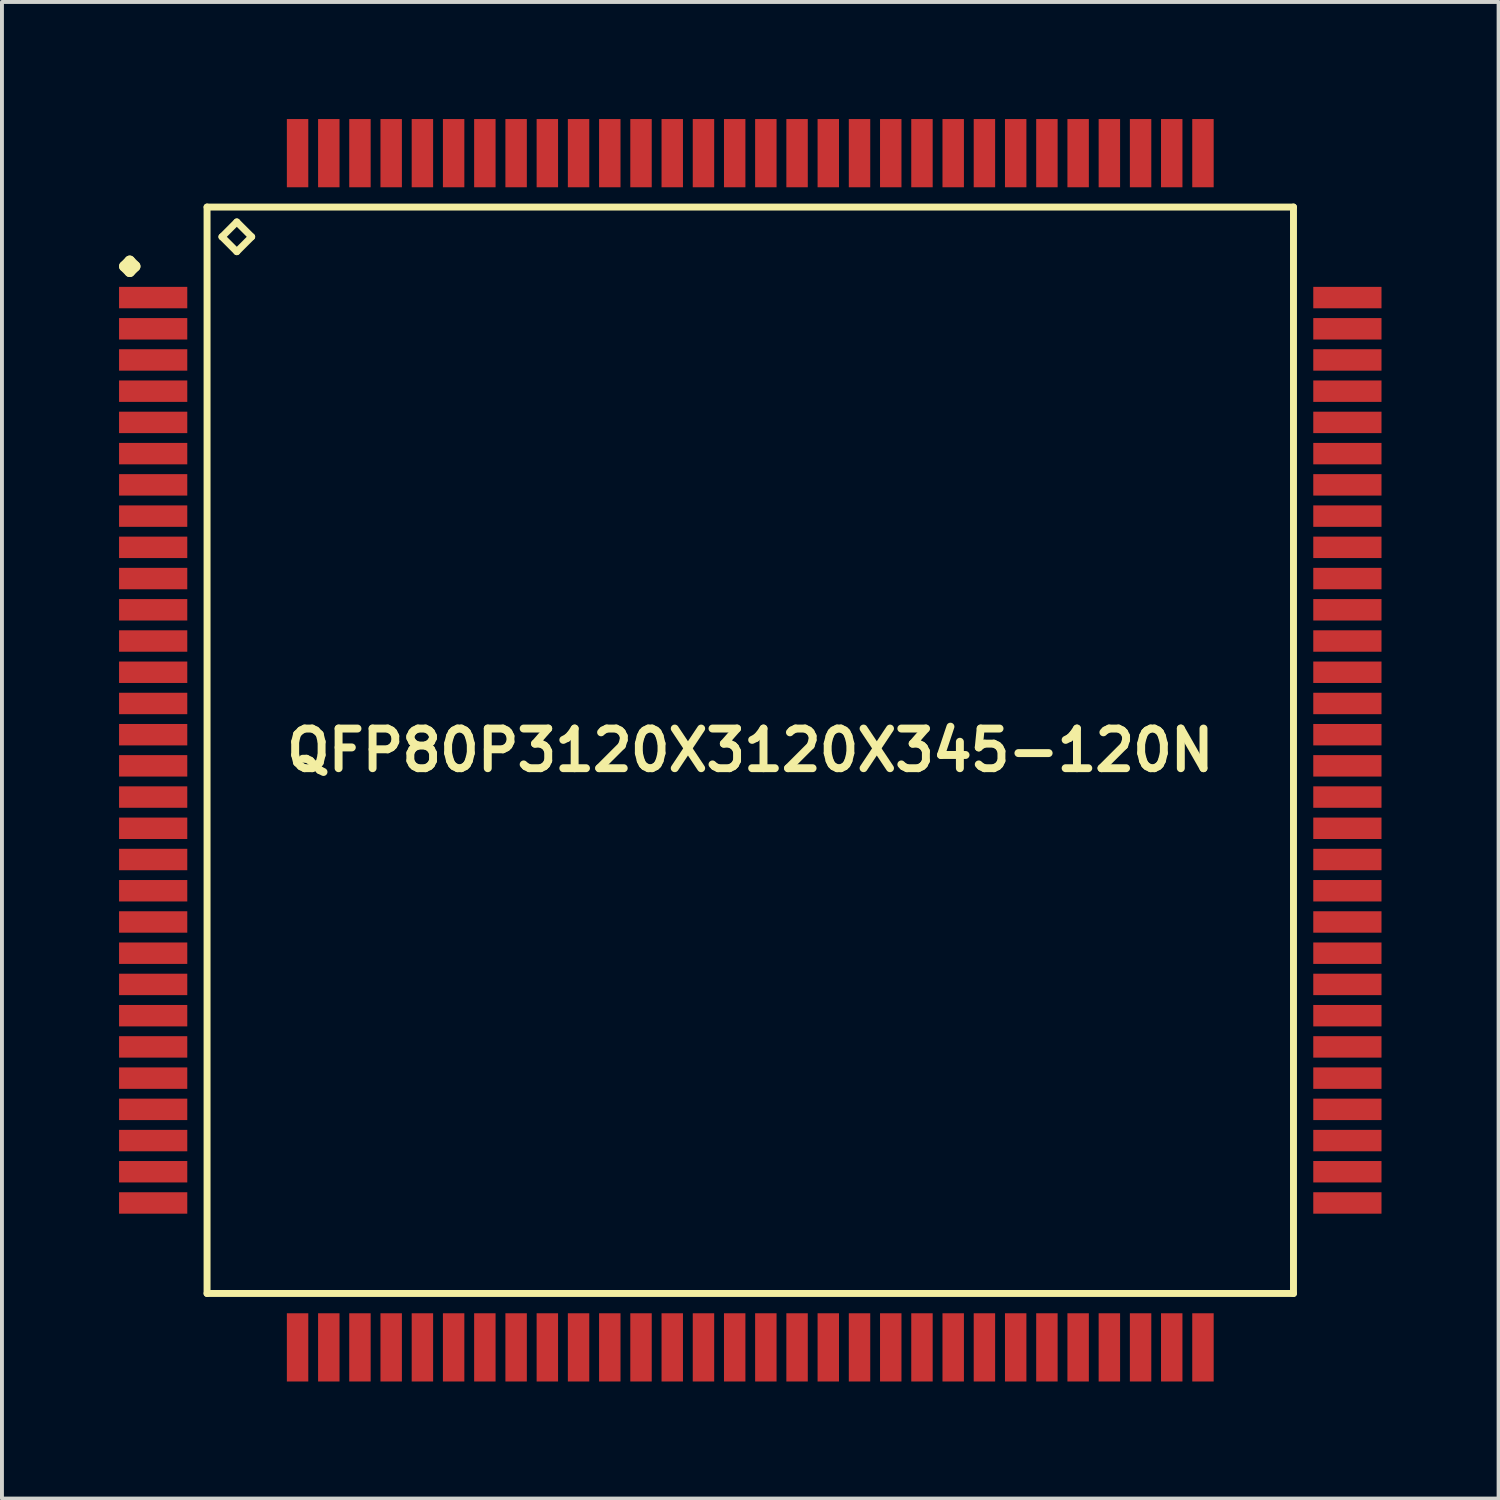
<source format=kicad_pcb>
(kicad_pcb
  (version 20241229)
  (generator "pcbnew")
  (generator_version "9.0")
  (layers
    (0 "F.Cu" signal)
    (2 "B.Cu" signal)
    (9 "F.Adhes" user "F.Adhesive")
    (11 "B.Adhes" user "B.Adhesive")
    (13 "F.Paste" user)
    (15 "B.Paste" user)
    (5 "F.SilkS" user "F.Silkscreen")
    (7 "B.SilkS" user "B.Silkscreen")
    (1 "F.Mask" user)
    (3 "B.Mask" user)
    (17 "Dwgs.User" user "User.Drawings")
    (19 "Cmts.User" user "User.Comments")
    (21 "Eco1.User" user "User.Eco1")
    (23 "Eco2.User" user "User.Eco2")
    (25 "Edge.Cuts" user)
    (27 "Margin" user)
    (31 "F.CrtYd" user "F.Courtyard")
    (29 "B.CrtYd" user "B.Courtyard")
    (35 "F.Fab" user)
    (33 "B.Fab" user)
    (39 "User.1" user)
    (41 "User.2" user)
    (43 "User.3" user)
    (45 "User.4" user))
  (footprint "QFP80P3120X3120X345-120N"
    (layer "F.Cu")
    (at 16.172 16.172)
    (property "Reference" "QFP80P3120X3120X345-120N" (at 0 0 0) (layer "F.SilkS") (effects (font (size 1.016 1.016) (thickness 0.203))))
    (attr smd)
    (fp_line (start -16.035 -12.398) (end -15.898 -12.537) (stroke (width 0.274) (type solid)) (layer "F.SilkS"))
    (fp_line (start -15.898 -12.537) (end -15.761 -12.398) (stroke (width 0.274) (type solid)) (layer "F.SilkS"))
    (fp_line (start -15.898 -12.261) (end -16.035 -12.398) (stroke (width 0.274) (type solid)) (layer "F.SilkS"))
    (fp_line (start -15.761 -12.398) (end -15.898 -12.261) (stroke (width 0.274) (type solid)) (layer "F.SilkS"))
    (fp_line (start -13.917 -13.917) (end -13.917 13.917) (stroke (width 0.178) (type solid)) (layer "F.SilkS"))
    (fp_line (start -13.917 13.917) (end 13.917 13.917) (stroke (width 0.178) (type solid)) (layer "F.SilkS"))
    (fp_line (start -13.536 -13.155) (end -13.155 -13.536) (stroke (width 0.178) (type solid)) (layer "F.SilkS"))
    (fp_line (start -13.155 -13.536) (end -12.774 -13.155) (stroke (width 0.178) (type solid)) (layer "F.SilkS"))
    (fp_line (start -13.155 -12.774) (end -13.536 -13.155) (stroke (width 0.178) (type solid)) (layer "F.SilkS"))
    (fp_line (start -12.774 -13.155) (end -13.155 -12.774) (stroke (width 0.178) (type solid)) (layer "F.SilkS"))
    (fp_line (start 13.917 -13.917) (end -13.917 -13.917) (stroke (width 0.178) (type solid)) (layer "F.SilkS"))
    (fp_line (start 13.917 13.917) (end 13.917 -13.917) (stroke (width 0.178) (type solid)) (layer "F.SilkS"))
    (pad "1" smd rect (at -15.298 -11.598) (size 1.748 0.549) (layers "F.Cu" "F.Mask" "F.Paste"))
    (pad "2" smd rect (at -15.298 -10.798) (size 1.748 0.549) (layers "F.Cu" "F.Mask" "F.Paste"))
    (pad "3" smd rect (at -15.298 -10) (size 1.748 0.549) (layers "F.Cu" "F.Mask" "F.Paste"))
    (pad "4" smd rect (at -15.298 -9.2) (size 1.748 0.549) (layers "F.Cu" "F.Mask" "F.Paste"))
    (pad "5" smd rect (at -15.298 -8.4) (size 1.748 0.549) (layers "F.Cu" "F.Mask" "F.Paste"))
    (pad "6" smd rect (at -15.298 -7.6) (size 1.748 0.549) (layers "F.Cu" "F.Mask" "F.Paste"))
    (pad "7" smd rect (at -15.298 -6.8) (size 1.748 0.549) (layers "F.Cu" "F.Mask" "F.Paste"))
    (pad "8" smd rect (at -15.298 -5.999) (size 1.748 0.549) (layers "F.Cu" "F.Mask" "F.Paste"))
    (pad "9" smd rect (at -15.298 -5.199) (size 1.748 0.549) (layers "F.Cu" "F.Mask" "F.Paste"))
    (pad "10" smd rect (at -15.298 -4.399) (size 1.748 0.549) (layers "F.Cu" "F.Mask" "F.Paste"))
    (pad "11" smd rect (at -15.298 -3.599) (size 1.748 0.549) (layers "F.Cu" "F.Mask" "F.Paste"))
    (pad "12" smd rect (at -15.298 -2.799) (size 1.748 0.549) (layers "F.Cu" "F.Mask" "F.Paste"))
    (pad "13" smd rect (at -15.298 -1.999) (size 1.748 0.549) (layers "F.Cu" "F.Mask" "F.Paste"))
    (pad "14" smd rect (at -15.298 -1.199) (size 1.748 0.549) (layers "F.Cu" "F.Mask" "F.Paste"))
    (pad "15" smd rect (at -15.298 -0.399) (size 1.748 0.549) (layers "F.Cu" "F.Mask" "F.Paste"))
    (pad "16" smd rect (at -15.298 0.399) (size 1.748 0.549) (layers "F.Cu" "F.Mask" "F.Paste"))
    (pad "17" smd rect (at -15.298 1.199) (size 1.748 0.549) (layers "F.Cu" "F.Mask" "F.Paste"))
    (pad "18" smd rect (at -15.298 1.999) (size 1.748 0.549) (layers "F.Cu" "F.Mask" "F.Paste"))
    (pad "19" smd rect (at -15.298 2.799) (size 1.748 0.549) (layers "F.Cu" "F.Mask" "F.Paste"))
    (pad "20" smd rect (at -15.298 3.599) (size 1.748 0.549) (layers "F.Cu" "F.Mask" "F.Paste"))
    (pad "21" smd rect (at -15.298 4.399) (size 1.748 0.549) (layers "F.Cu" "F.Mask" "F.Paste"))
    (pad "22" smd rect (at -15.298 5.199) (size 1.748 0.549) (layers "F.Cu" "F.Mask" "F.Paste"))
    (pad "23" smd rect (at -15.298 5.999) (size 1.748 0.549) (layers "F.Cu" "F.Mask" "F.Paste"))
    (pad "24" smd rect (at -15.298 6.8) (size 1.748 0.549) (layers "F.Cu" "F.Mask" "F.Paste"))
    (pad "25" smd rect (at -15.298 7.6) (size 1.748 0.549) (layers "F.Cu" "F.Mask" "F.Paste"))
    (pad "26" smd rect (at -15.298 8.4) (size 1.748 0.549) (layers "F.Cu" "F.Mask" "F.Paste"))
    (pad "27" smd rect (at -15.298 9.2) (size 1.748 0.549) (layers "F.Cu" "F.Mask" "F.Paste"))
    (pad "28" smd rect (at -15.298 10) (size 1.748 0.549) (layers "F.Cu" "F.Mask" "F.Paste"))
    (pad "29" smd rect (at -15.298 10.798) (size 1.748 0.549) (layers "F.Cu" "F.Mask" "F.Paste"))
    (pad "30" smd rect (at -15.298 11.598) (size 1.748 0.549) (layers "F.Cu" "F.Mask" "F.Paste"))
    (pad "31" smd rect (at -11.598 15.298) (size 0.549 1.748) (layers "F.Cu" "F.Mask" "F.Paste"))
    (pad "32" smd rect (at -10.798 15.298) (size 0.549 1.748) (layers "F.Cu" "F.Mask" "F.Paste"))
    (pad "33" smd rect (at -10 15.298) (size 0.549 1.748) (layers "F.Cu" "F.Mask" "F.Paste"))
    (pad "34" smd rect (at -9.2 15.298) (size 0.549 1.748) (layers "F.Cu" "F.Mask" "F.Paste"))
    (pad "35" smd rect (at -8.4 15.298) (size 0.549 1.748) (layers "F.Cu" "F.Mask" "F.Paste"))
    (pad "36" smd rect (at -7.6 15.298) (size 0.549 1.748) (layers "F.Cu" "F.Mask" "F.Paste"))
    (pad "37" smd rect (at -6.8 15.298) (size 0.549 1.748) (layers "F.Cu" "F.Mask" "F.Paste"))
    (pad "38" smd rect (at -5.999 15.298) (size 0.549 1.748) (layers "F.Cu" "F.Mask" "F.Paste"))
    (pad "39" smd rect (at -5.199 15.298) (size 0.549 1.748) (layers "F.Cu" "F.Mask" "F.Paste"))
    (pad "40" smd rect (at -4.399 15.298) (size 0.549 1.748) (layers "F.Cu" "F.Mask" "F.Paste"))
    (pad "41" smd rect (at -3.599 15.298) (size 0.549 1.748) (layers "F.Cu" "F.Mask" "F.Paste"))
    (pad "42" smd rect (at -2.799 15.298) (size 0.549 1.748) (layers "F.Cu" "F.Mask" "F.Paste"))
    (pad "43" smd rect (at -1.999 15.298) (size 0.549 1.748) (layers "F.Cu" "F.Mask" "F.Paste"))
    (pad "44" smd rect (at -1.199 15.298) (size 0.549 1.748) (layers "F.Cu" "F.Mask" "F.Paste"))
    (pad "45" smd rect (at -0.399 15.298) (size 0.549 1.748) (layers "F.Cu" "F.Mask" "F.Paste"))
    (pad "46" smd rect (at 0.399 15.298) (size 0.549 1.748) (layers "F.Cu" "F.Mask" "F.Paste"))
    (pad "47" smd rect (at 1.199 15.298) (size 0.549 1.748) (layers "F.Cu" "F.Mask" "F.Paste"))
    (pad "48" smd rect (at 1.999 15.298) (size 0.549 1.748) (layers "F.Cu" "F.Mask" "F.Paste"))
    (pad "49" smd rect (at 2.799 15.298) (size 0.549 1.748) (layers "F.Cu" "F.Mask" "F.Paste"))
    (pad "50" smd rect (at 3.599 15.298) (size 0.549 1.748) (layers "F.Cu" "F.Mask" "F.Paste"))
    (pad "51" smd rect (at 4.399 15.298) (size 0.549 1.748) (layers "F.Cu" "F.Mask" "F.Paste"))
    (pad "52" smd rect (at 5.199 15.298) (size 0.549 1.748) (layers "F.Cu" "F.Mask" "F.Paste"))
    (pad "53" smd rect (at 5.999 15.298) (size 0.549 1.748) (layers "F.Cu" "F.Mask" "F.Paste"))
    (pad "54" smd rect (at 6.8 15.298) (size 0.549 1.748) (layers "F.Cu" "F.Mask" "F.Paste"))
    (pad "55" smd rect (at 7.6 15.298) (size 0.549 1.748) (layers "F.Cu" "F.Mask" "F.Paste"))
    (pad "56" smd rect (at 8.4 15.298) (size 0.549 1.748) (layers "F.Cu" "F.Mask" "F.Paste"))
    (pad "57" smd rect (at 9.2 15.298) (size 0.549 1.748) (layers "F.Cu" "F.Mask" "F.Paste"))
    (pad "58" smd rect (at 10 15.298) (size 0.549 1.748) (layers "F.Cu" "F.Mask" "F.Paste"))
    (pad "59" smd rect (at 10.798 15.298) (size 0.549 1.748) (layers "F.Cu" "F.Mask" "F.Paste"))
    (pad "60" smd rect (at 11.598 15.298) (size 0.549 1.748) (layers "F.Cu" "F.Mask" "F.Paste"))
    (pad "61" smd rect (at 15.298 11.598) (size 1.748 0.549) (layers "F.Cu" "F.Mask" "F.Paste"))
    (pad "62" smd rect (at 15.298 10.798) (size 1.748 0.549) (layers "F.Cu" "F.Mask" "F.Paste"))
    (pad "63" smd rect (at 15.298 10) (size 1.748 0.549) (layers "F.Cu" "F.Mask" "F.Paste"))
    (pad "64" smd rect (at 15.298 9.2) (size 1.748 0.549) (layers "F.Cu" "F.Mask" "F.Paste"))
    (pad "65" smd rect (at 15.298 8.4) (size 1.748 0.549) (layers "F.Cu" "F.Mask" "F.Paste"))
    (pad "66" smd rect (at 15.298 7.6) (size 1.748 0.549) (layers "F.Cu" "F.Mask" "F.Paste"))
    (pad "67" smd rect (at 15.298 6.8) (size 1.748 0.549) (layers "F.Cu" "F.Mask" "F.Paste"))
    (pad "68" smd rect (at 15.298 5.999) (size 1.748 0.549) (layers "F.Cu" "F.Mask" "F.Paste"))
    (pad "69" smd rect (at 15.298 5.199) (size 1.748 0.549) (layers "F.Cu" "F.Mask" "F.Paste"))
    (pad "70" smd rect (at 15.298 4.399) (size 1.748 0.549) (layers "F.Cu" "F.Mask" "F.Paste"))
    (pad "71" smd rect (at 15.298 3.599) (size 1.748 0.549) (layers "F.Cu" "F.Mask" "F.Paste"))
    (pad "72" smd rect (at 15.298 2.799) (size 1.748 0.549) (layers "F.Cu" "F.Mask" "F.Paste"))
    (pad "73" smd rect (at 15.298 1.999) (size 1.748 0.549) (layers "F.Cu" "F.Mask" "F.Paste"))
    (pad "74" smd rect (at 15.298 1.199) (size 1.748 0.549) (layers "F.Cu" "F.Mask" "F.Paste"))
    (pad "75" smd rect (at 15.298 0.399) (size 1.748 0.549) (layers "F.Cu" "F.Mask" "F.Paste"))
    (pad "76" smd rect (at 15.298 -0.399) (size 1.748 0.549) (layers "F.Cu" "F.Mask" "F.Paste"))
    (pad "77" smd rect (at 15.298 -1.199) (size 1.748 0.549) (layers "F.Cu" "F.Mask" "F.Paste"))
    (pad "78" smd rect (at 15.298 -1.999) (size 1.748 0.549) (layers "F.Cu" "F.Mask" "F.Paste"))
    (pad "79" smd rect (at 15.298 -2.799) (size 1.748 0.549) (layers "F.Cu" "F.Mask" "F.Paste"))
    (pad "80" smd rect (at 15.298 -3.599) (size 1.748 0.549) (layers "F.Cu" "F.Mask" "F.Paste"))
    (pad "81" smd rect (at 15.298 -4.399) (size 1.748 0.549) (layers "F.Cu" "F.Mask" "F.Paste"))
    (pad "82" smd rect (at 15.298 -5.199) (size 1.748 0.549) (layers "F.Cu" "F.Mask" "F.Paste"))
    (pad "83" smd rect (at 15.298 -5.999) (size 1.748 0.549) (layers "F.Cu" "F.Mask" "F.Paste"))
    (pad "84" smd rect (at 15.298 -6.8) (size 1.748 0.549) (layers "F.Cu" "F.Mask" "F.Paste"))
    (pad "85" smd rect (at 15.298 -7.6) (size 1.748 0.549) (layers "F.Cu" "F.Mask" "F.Paste"))
    (pad "86" smd rect (at 15.298 -8.4) (size 1.748 0.549) (layers "F.Cu" "F.Mask" "F.Paste"))
    (pad "87" smd rect (at 15.298 -9.2) (size 1.748 0.549) (layers "F.Cu" "F.Mask" "F.Paste"))
    (pad "88" smd rect (at 15.298 -10) (size 1.748 0.549) (layers "F.Cu" "F.Mask" "F.Paste"))
    (pad "89" smd rect (at 15.298 -10.798) (size 1.748 0.549) (layers "F.Cu" "F.Mask" "F.Paste"))
    (pad "90" smd rect (at 15.298 -11.598) (size 1.748 0.549) (layers "F.Cu" "F.Mask" "F.Paste"))
    (pad "91" smd rect (at 11.598 -15.298) (size 0.549 1.748) (layers "F.Cu" "F.Mask" "F.Paste"))
    (pad "92" smd rect (at 10.798 -15.298) (size 0.549 1.748) (layers "F.Cu" "F.Mask" "F.Paste"))
    (pad "93" smd rect (at 10 -15.298) (size 0.549 1.748) (layers "F.Cu" "F.Mask" "F.Paste"))
    (pad "94" smd rect (at 9.2 -15.298) (size 0.549 1.748) (layers "F.Cu" "F.Mask" "F.Paste"))
    (pad "95" smd rect (at 8.4 -15.298) (size 0.549 1.748) (layers "F.Cu" "F.Mask" "F.Paste"))
    (pad "96" smd rect (at 7.6 -15.298) (size 0.549 1.748) (layers "F.Cu" "F.Mask" "F.Paste"))
    (pad "97" smd rect (at 6.8 -15.298) (size 0.549 1.748) (layers "F.Cu" "F.Mask" "F.Paste"))
    (pad "98" smd rect (at 5.999 -15.298) (size 0.549 1.748) (layers "F.Cu" "F.Mask" "F.Paste"))
    (pad "99" smd rect (at 5.199 -15.298) (size 0.549 1.748) (layers "F.Cu" "F.Mask" "F.Paste"))
    (pad "100" smd rect (at 4.399 -15.298) (size 0.549 1.748) (layers "F.Cu" "F.Mask" "F.Paste"))
    (pad "101" smd rect (at 3.599 -15.298) (size 0.549 1.748) (layers "F.Cu" "F.Mask" "F.Paste"))
    (pad "102" smd rect (at 2.799 -15.298) (size 0.549 1.748) (layers "F.Cu" "F.Mask" "F.Paste"))
    (pad "103" smd rect (at 1.999 -15.298) (size 0.549 1.748) (layers "F.Cu" "F.Mask" "F.Paste"))
    (pad "104" smd rect (at 1.199 -15.298) (size 0.549 1.748) (layers "F.Cu" "F.Mask" "F.Paste"))
    (pad "105" smd rect (at 0.399 -15.298) (size 0.549 1.748) (layers "F.Cu" "F.Mask" "F.Paste"))
    (pad "106" smd rect (at -0.399 -15.298) (size 0.549 1.748) (layers "F.Cu" "F.Mask" "F.Paste"))
    (pad "107" smd rect (at -1.199 -15.298) (size 0.549 1.748) (layers "F.Cu" "F.Mask" "F.Paste"))
    (pad "108" smd rect (at -1.999 -15.298) (size 0.549 1.748) (layers "F.Cu" "F.Mask" "F.Paste"))
    (pad "109" smd rect (at -2.799 -15.298) (size 0.549 1.748) (layers "F.Cu" "F.Mask" "F.Paste"))
    (pad "110" smd rect (at -3.599 -15.298) (size 0.549 1.748) (layers "F.Cu" "F.Mask" "F.Paste"))
    (pad "111" smd rect (at -4.399 -15.298) (size 0.549 1.748) (layers "F.Cu" "F.Mask" "F.Paste"))
    (pad "112" smd rect (at -5.199 -15.298) (size 0.549 1.748) (layers "F.Cu" "F.Mask" "F.Paste"))
    (pad "113" smd rect (at -5.999 -15.298) (size 0.549 1.748) (layers "F.Cu" "F.Mask" "F.Paste"))
    (pad "114" smd rect (at -6.8 -15.298) (size 0.549 1.748) (layers "F.Cu" "F.Mask" "F.Paste"))
    (pad "115" smd rect (at -7.6 -15.298) (size 0.549 1.748) (layers "F.Cu" "F.Mask" "F.Paste"))
    (pad "116" smd rect (at -8.4 -15.298) (size 0.549 1.748) (layers "F.Cu" "F.Mask" "F.Paste"))
    (pad "117" smd rect (at -9.2 -15.298) (size 0.549 1.748) (layers "F.Cu" "F.Mask" "F.Paste"))
    (pad "118" smd rect (at -10 -15.298) (size 0.549 1.748) (layers "F.Cu" "F.Mask" "F.Paste"))
    (pad "119" smd rect (at -10.798 -15.298) (size 0.549 1.748) (layers "F.Cu" "F.Mask" "F.Paste"))
    (pad "120" smd rect (at -11.598 -15.298) (size 0.549 1.748) (layers "F.Cu" "F.Mask" "F.Paste")))
  (gr_rect
    (start -3 -3)
    (end 35.344 35.344)
    (stroke (width 0.1) (type default))
    (fill no)
    (layer "Edge.Cuts")))
</source>
